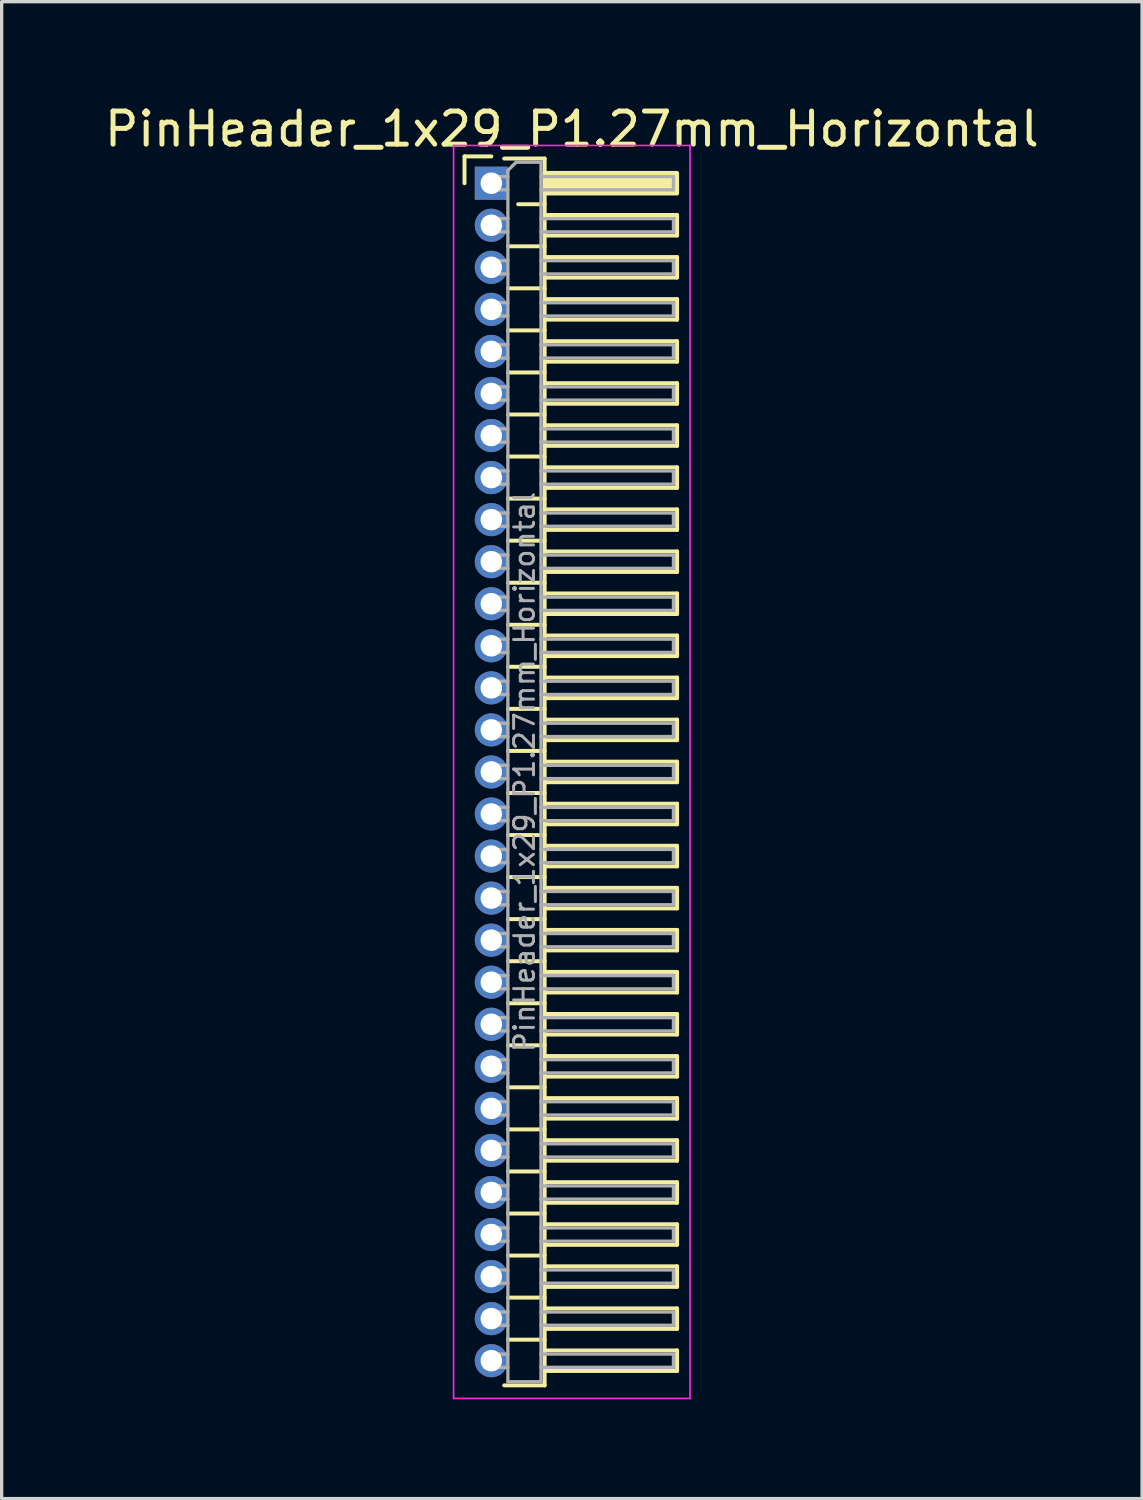
<source format=kicad_pcb>
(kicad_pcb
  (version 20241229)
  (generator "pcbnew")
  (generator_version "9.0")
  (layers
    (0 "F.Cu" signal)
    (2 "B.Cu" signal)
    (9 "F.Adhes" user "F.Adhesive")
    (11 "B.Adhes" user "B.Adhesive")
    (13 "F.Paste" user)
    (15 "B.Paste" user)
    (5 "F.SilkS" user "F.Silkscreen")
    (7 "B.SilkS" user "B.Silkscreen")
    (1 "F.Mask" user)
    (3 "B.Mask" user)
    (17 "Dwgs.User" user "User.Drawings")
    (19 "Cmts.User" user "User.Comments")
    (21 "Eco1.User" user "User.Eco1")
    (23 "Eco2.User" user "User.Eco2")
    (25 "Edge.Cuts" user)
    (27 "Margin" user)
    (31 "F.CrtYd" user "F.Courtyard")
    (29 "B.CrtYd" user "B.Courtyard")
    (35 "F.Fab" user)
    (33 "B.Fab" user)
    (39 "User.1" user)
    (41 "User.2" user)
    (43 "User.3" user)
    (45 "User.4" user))
  (footprint "PinHeader_1x29_P1.27mm_Horizontal"
    (layer "F.Cu")
    (at 11.788 2.483)
    (property "Reference" "PinHeader_1x29_P1.27mm_Horizontal" (at 2.433 -1.635 0) (layer "F.SilkS") (effects (font (size 1 1) (thickness 0.15))))
    (attr through_hole)
    (fp_line (start -0.81 -0.81) (end 0 -0.81) (stroke (width 0.12) (type solid)) (layer "F.SilkS"))
    (fp_line (start -0.81 0) (end -0.81 -0.81) (stroke (width 0.12) (type solid)) (layer "F.SilkS"))
    (fp_line (start 0.39 -0.745) (end 1.61 -0.745) (stroke (width 0.12) (type solid)) (layer "F.SilkS"))
    (fp_line (start 0.503 1.905) (end 1.61 1.905) (stroke (width 0.12) (type solid)) (layer "F.SilkS"))
    (fp_line (start 0.503 3.175) (end 1.61 3.175) (stroke (width 0.12) (type solid)) (layer "F.SilkS"))
    (fp_line (start 0.503 4.445) (end 1.61 4.445) (stroke (width 0.12) (type solid)) (layer "F.SilkS"))
    (fp_line (start 0.503 5.715) (end 1.61 5.715) (stroke (width 0.12) (type solid)) (layer "F.SilkS"))
    (fp_line (start 0.503 6.985) (end 1.61 6.985) (stroke (width 0.12) (type solid)) (layer "F.SilkS"))
    (fp_line (start 0.503 8.255) (end 1.61 8.255) (stroke (width 0.12) (type solid)) (layer "F.SilkS"))
    (fp_line (start 0.503 9.525) (end 1.61 9.525) (stroke (width 0.12) (type solid)) (layer "F.SilkS"))
    (fp_line (start 0.503 10.795) (end 1.61 10.795) (stroke (width 0.12) (type solid)) (layer "F.SilkS"))
    (fp_line (start 0.503 12.065) (end 1.61 12.065) (stroke (width 0.12) (type solid)) (layer "F.SilkS"))
    (fp_line (start 0.503 13.335) (end 1.61 13.335) (stroke (width 0.12) (type solid)) (layer "F.SilkS"))
    (fp_line (start 0.503 14.605) (end 1.61 14.605) (stroke (width 0.12) (type solid)) (layer "F.SilkS"))
    (fp_line (start 0.503 15.875) (end 1.61 15.875) (stroke (width 0.12) (type solid)) (layer "F.SilkS"))
    (fp_line (start 0.503 17.145) (end 1.61 17.145) (stroke (width 0.12) (type solid)) (layer "F.SilkS"))
    (fp_line (start 0.503 18.415) (end 1.61 18.415) (stroke (width 0.12) (type solid)) (layer "F.SilkS"))
    (fp_line (start 0.503 19.685) (end 1.61 19.685) (stroke (width 0.12) (type solid)) (layer "F.SilkS"))
    (fp_line (start 0.503 20.955) (end 1.61 20.955) (stroke (width 0.12) (type solid)) (layer "F.SilkS"))
    (fp_line (start 0.503 22.225) (end 1.61 22.225) (stroke (width 0.12) (type solid)) (layer "F.SilkS"))
    (fp_line (start 0.503 23.495) (end 1.61 23.495) (stroke (width 0.12) (type solid)) (layer "F.SilkS"))
    (fp_line (start 0.503 24.765) (end 1.61 24.765) (stroke (width 0.12) (type solid)) (layer "F.SilkS"))
    (fp_line (start 0.503 26.035) (end 1.61 26.035) (stroke (width 0.12) (type solid)) (layer "F.SilkS"))
    (fp_line (start 0.503 27.305) (end 1.61 27.305) (stroke (width 0.12) (type solid)) (layer "F.SilkS"))
    (fp_line (start 0.503 28.575) (end 1.61 28.575) (stroke (width 0.12) (type solid)) (layer "F.SilkS"))
    (fp_line (start 0.503 29.845) (end 1.61 29.845) (stroke (width 0.12) (type solid)) (layer "F.SilkS"))
    (fp_line (start 0.503 31.115) (end 1.61 31.115) (stroke (width 0.12) (type solid)) (layer "F.SilkS"))
    (fp_line (start 0.503 32.385) (end 1.61 32.385) (stroke (width 0.12) (type solid)) (layer "F.SilkS"))
    (fp_line (start 0.503 33.655) (end 1.61 33.655) (stroke (width 0.12) (type solid)) (layer "F.SilkS"))
    (fp_line (start 0.503 34.925) (end 1.61 34.925) (stroke (width 0.12) (type solid)) (layer "F.SilkS"))
    (fp_line (start 0.81 0.635) (end 1.61 0.635) (stroke (width 0.12) (type solid)) (layer "F.SilkS"))
    (fp_line (start 1.61 -0.745) (end 1.61 36.305) (stroke (width 0.12) (type solid)) (layer "F.SilkS"))
    (fp_line (start 1.61 0.96) (end 5.61 0.96) (stroke (width 0.12) (type solid)) (layer "F.SilkS"))
    (fp_line (start 1.61 2.23) (end 5.61 2.23) (stroke (width 0.12) (type solid)) (layer "F.SilkS"))
    (fp_line (start 1.61 3.5) (end 5.61 3.5) (stroke (width 0.12) (type solid)) (layer "F.SilkS"))
    (fp_line (start 1.61 4.77) (end 5.61 4.77) (stroke (width 0.12) (type solid)) (layer "F.SilkS"))
    (fp_line (start 1.61 6.04) (end 5.61 6.04) (stroke (width 0.12) (type solid)) (layer "F.SilkS"))
    (fp_line (start 1.61 7.31) (end 5.61 7.31) (stroke (width 0.12) (type solid)) (layer "F.SilkS"))
    (fp_line (start 1.61 8.58) (end 5.61 8.58) (stroke (width 0.12) (type solid)) (layer "F.SilkS"))
    (fp_line (start 1.61 9.85) (end 5.61 9.85) (stroke (width 0.12) (type solid)) (layer "F.SilkS"))
    (fp_line (start 1.61 11.12) (end 5.61 11.12) (stroke (width 0.12) (type solid)) (layer "F.SilkS"))
    (fp_line (start 1.61 12.39) (end 5.61 12.39) (stroke (width 0.12) (type solid)) (layer "F.SilkS"))
    (fp_line (start 1.61 13.66) (end 5.61 13.66) (stroke (width 0.12) (type solid)) (layer "F.SilkS"))
    (fp_line (start 1.61 14.93) (end 5.61 14.93) (stroke (width 0.12) (type solid)) (layer "F.SilkS"))
    (fp_line (start 1.61 16.2) (end 5.61 16.2) (stroke (width 0.12) (type solid)) (layer "F.SilkS"))
    (fp_line (start 1.61 17.47) (end 5.61 17.47) (stroke (width 0.12) (type solid)) (layer "F.SilkS"))
    (fp_line (start 1.61 18.74) (end 5.61 18.74) (stroke (width 0.12) (type solid)) (layer "F.SilkS"))
    (fp_line (start 1.61 20.01) (end 5.61 20.01) (stroke (width 0.12) (type solid)) (layer "F.SilkS"))
    (fp_line (start 1.61 21.28) (end 5.61 21.28) (stroke (width 0.12) (type solid)) (layer "F.SilkS"))
    (fp_line (start 1.61 22.55) (end 5.61 22.55) (stroke (width 0.12) (type solid)) (layer "F.SilkS"))
    (fp_line (start 1.61 23.82) (end 5.61 23.82) (stroke (width 0.12) (type solid)) (layer "F.SilkS"))
    (fp_line (start 1.61 25.09) (end 5.61 25.09) (stroke (width 0.12) (type solid)) (layer "F.SilkS"))
    (fp_line (start 1.61 26.36) (end 5.61 26.36) (stroke (width 0.12) (type solid)) (layer "F.SilkS"))
    (fp_line (start 1.61 27.63) (end 5.61 27.63) (stroke (width 0.12) (type solid)) (layer "F.SilkS"))
    (fp_line (start 1.61 28.9) (end 5.61 28.9) (stroke (width 0.12) (type solid)) (layer "F.SilkS"))
    (fp_line (start 1.61 30.17) (end 5.61 30.17) (stroke (width 0.12) (type solid)) (layer "F.SilkS"))
    (fp_line (start 1.61 31.44) (end 5.61 31.44) (stroke (width 0.12) (type solid)) (layer "F.SilkS"))
    (fp_line (start 1.61 32.71) (end 5.61 32.71) (stroke (width 0.12) (type solid)) (layer "F.SilkS"))
    (fp_line (start 1.61 33.98) (end 5.61 33.98) (stroke (width 0.12) (type solid)) (layer "F.SilkS"))
    (fp_line (start 1.61 35.25) (end 5.61 35.25) (stroke (width 0.12) (type solid)) (layer "F.SilkS"))
    (fp_line (start 1.61 36.305) (end 0.39 36.305) (stroke (width 0.12) (type solid)) (layer "F.SilkS"))
    (fp_line (start 5.61 0.96) (end 5.61 1.58) (stroke (width 0.12) (type solid)) (layer "F.SilkS"))
    (fp_line (start 5.61 1.58) (end 1.61 1.58) (stroke (width 0.12) (type solid)) (layer "F.SilkS"))
    (fp_line (start 5.61 2.23) (end 5.61 2.85) (stroke (width 0.12) (type solid)) (layer "F.SilkS"))
    (fp_line (start 5.61 2.85) (end 1.61 2.85) (stroke (width 0.12) (type solid)) (layer "F.SilkS"))
    (fp_line (start 5.61 3.5) (end 5.61 4.12) (stroke (width 0.12) (type solid)) (layer "F.SilkS"))
    (fp_line (start 5.61 4.12) (end 1.61 4.12) (stroke (width 0.12) (type solid)) (layer "F.SilkS"))
    (fp_line (start 5.61 4.77) (end 5.61 5.39) (stroke (width 0.12) (type solid)) (layer "F.SilkS"))
    (fp_line (start 5.61 5.39) (end 1.61 5.39) (stroke (width 0.12) (type solid)) (layer "F.SilkS"))
    (fp_line (start 5.61 6.04) (end 5.61 6.66) (stroke (width 0.12) (type solid)) (layer "F.SilkS"))
    (fp_line (start 5.61 6.66) (end 1.61 6.66) (stroke (width 0.12) (type solid)) (layer "F.SilkS"))
    (fp_line (start 5.61 7.31) (end 5.61 7.93) (stroke (width 0.12) (type solid)) (layer "F.SilkS"))
    (fp_line (start 5.61 7.93) (end 1.61 7.93) (stroke (width 0.12) (type solid)) (layer "F.SilkS"))
    (fp_line (start 5.61 8.58) (end 5.61 9.2) (stroke (width 0.12) (type solid)) (layer "F.SilkS"))
    (fp_line (start 5.61 9.2) (end 1.61 9.2) (stroke (width 0.12) (type solid)) (layer "F.SilkS"))
    (fp_line (start 5.61 9.85) (end 5.61 10.47) (stroke (width 0.12) (type solid)) (layer "F.SilkS"))
    (fp_line (start 5.61 10.47) (end 1.61 10.47) (stroke (width 0.12) (type solid)) (layer "F.SilkS"))
    (fp_line (start 5.61 11.12) (end 5.61 11.74) (stroke (width 0.12) (type solid)) (layer "F.SilkS"))
    (fp_line (start 5.61 11.74) (end 1.61 11.74) (stroke (width 0.12) (type solid)) (layer "F.SilkS"))
    (fp_line (start 5.61 12.39) (end 5.61 13.01) (stroke (width 0.12) (type solid)) (layer "F.SilkS"))
    (fp_line (start 5.61 13.01) (end 1.61 13.01) (stroke (width 0.12) (type solid)) (layer "F.SilkS"))
    (fp_line (start 5.61 13.66) (end 5.61 14.28) (stroke (width 0.12) (type solid)) (layer "F.SilkS"))
    (fp_line (start 5.61 14.28) (end 1.61 14.28) (stroke (width 0.12) (type solid)) (layer "F.SilkS"))
    (fp_line (start 5.61 14.93) (end 5.61 15.55) (stroke (width 0.12) (type solid)) (layer "F.SilkS"))
    (fp_line (start 5.61 15.55) (end 1.61 15.55) (stroke (width 0.12) (type solid)) (layer "F.SilkS"))
    (fp_line (start 5.61 16.2) (end 5.61 16.82) (stroke (width 0.12) (type solid)) (layer "F.SilkS"))
    (fp_line (start 5.61 16.82) (end 1.61 16.82) (stroke (width 0.12) (type solid)) (layer "F.SilkS"))
    (fp_line (start 5.61 17.47) (end 5.61 18.09) (stroke (width 0.12) (type solid)) (layer "F.SilkS"))
    (fp_line (start 5.61 18.09) (end 1.61 18.09) (stroke (width 0.12) (type solid)) (layer "F.SilkS"))
    (fp_line (start 5.61 18.74) (end 5.61 19.36) (stroke (width 0.12) (type solid)) (layer "F.SilkS"))
    (fp_line (start 5.61 19.36) (end 1.61 19.36) (stroke (width 0.12) (type solid)) (layer "F.SilkS"))
    (fp_line (start 5.61 20.01) (end 5.61 20.63) (stroke (width 0.12) (type solid)) (layer "F.SilkS"))
    (fp_line (start 5.61 20.63) (end 1.61 20.63) (stroke (width 0.12) (type solid)) (layer "F.SilkS"))
    (fp_line (start 5.61 21.28) (end 5.61 21.9) (stroke (width 0.12) (type solid)) (layer "F.SilkS"))
    (fp_line (start 5.61 21.9) (end 1.61 21.9) (stroke (width 0.12) (type solid)) (layer "F.SilkS"))
    (fp_line (start 5.61 22.55) (end 5.61 23.17) (stroke (width 0.12) (type solid)) (layer "F.SilkS"))
    (fp_line (start 5.61 23.17) (end 1.61 23.17) (stroke (width 0.12) (type solid)) (layer "F.SilkS"))
    (fp_line (start 5.61 23.82) (end 5.61 24.44) (stroke (width 0.12) (type solid)) (layer "F.SilkS"))
    (fp_line (start 5.61 24.44) (end 1.61 24.44) (stroke (width 0.12) (type solid)) (layer "F.SilkS"))
    (fp_line (start 5.61 25.09) (end 5.61 25.71) (stroke (width 0.12) (type solid)) (layer "F.SilkS"))
    (fp_line (start 5.61 25.71) (end 1.61 25.71) (stroke (width 0.12) (type solid)) (layer "F.SilkS"))
    (fp_line (start 5.61 26.36) (end 5.61 26.98) (stroke (width 0.12) (type solid)) (layer "F.SilkS"))
    (fp_line (start 5.61 26.98) (end 1.61 26.98) (stroke (width 0.12) (type solid)) (layer "F.SilkS"))
    (fp_line (start 5.61 27.63) (end 5.61 28.25) (stroke (width 0.12) (type solid)) (layer "F.SilkS"))
    (fp_line (start 5.61 28.25) (end 1.61 28.25) (stroke (width 0.12) (type solid)) (layer "F.SilkS"))
    (fp_line (start 5.61 28.9) (end 5.61 29.52) (stroke (width 0.12) (type solid)) (layer "F.SilkS"))
    (fp_line (start 5.61 29.52) (end 1.61 29.52) (stroke (width 0.12) (type solid)) (layer "F.SilkS"))
    (fp_line (start 5.61 30.17) (end 5.61 30.79) (stroke (width 0.12) (type solid)) (layer "F.SilkS"))
    (fp_line (start 5.61 30.79) (end 1.61 30.79) (stroke (width 0.12) (type solid)) (layer "F.SilkS"))
    (fp_line (start 5.61 31.44) (end 5.61 32.06) (stroke (width 0.12) (type solid)) (layer "F.SilkS"))
    (fp_line (start 5.61 32.06) (end 1.61 32.06) (stroke (width 0.12) (type solid)) (layer "F.SilkS"))
    (fp_line (start 5.61 32.71) (end 5.61 33.33) (stroke (width 0.12) (type solid)) (layer "F.SilkS"))
    (fp_line (start 5.61 33.33) (end 1.61 33.33) (stroke (width 0.12) (type solid)) (layer "F.SilkS"))
    (fp_line (start 5.61 33.98) (end 5.61 34.6) (stroke (width 0.12) (type solid)) (layer "F.SilkS"))
    (fp_line (start 5.61 34.6) (end 1.61 34.6) (stroke (width 0.12) (type solid)) (layer "F.SilkS"))
    (fp_line (start 5.61 35.25) (end 5.61 35.87) (stroke (width 0.12) (type solid)) (layer "F.SilkS"))
    (fp_line (start 5.61 35.87) (end 1.61 35.87) (stroke (width 0.12) (type solid)) (layer "F.SilkS"))
    (fp_rect (start 1.61 -0.31) (end 5.61 0.31) (stroke (width 0.12) (type solid)) (fill yes) (layer "F.SilkS"))
    (fp_line (start -1.14 -1.14) (end -1.14 36.7) (stroke (width 0.05) (type solid)) (layer "F.CrtYd"))
    (fp_line (start -1.14 36.7) (end 6 36.7) (stroke (width 0.05) (type solid)) (layer "F.CrtYd"))
    (fp_line (start 6 -1.14) (end -1.14 -1.14) (stroke (width 0.05) (type solid)) (layer "F.CrtYd"))
    (fp_line (start 6 36.7) (end 6 -1.14) (stroke (width 0.05) (type solid)) (layer "F.CrtYd"))
    (fp_line (start -0.2 -0.2) (end -0.2 0.2) (stroke (width 0.1) (type solid)) (layer "F.Fab"))
    (fp_line (start -0.2 -0.2) (end 0.5 -0.2) (stroke (width 0.1) (type solid)) (layer "F.Fab"))
    (fp_line (start -0.2 0.2) (end 0.5 0.2) (stroke (width 0.1) (type solid)) (layer "F.Fab"))
    (fp_line (start -0.2 1.07) (end -0.2 1.47) (stroke (width 0.1) (type solid)) (layer "F.Fab"))
    (fp_line (start -0.2 1.07) (end 0.5 1.07) (stroke (width 0.1) (type solid)) (layer "F.Fab"))
    (fp_line (start -0.2 1.47) (end 0.5 1.47) (stroke (width 0.1) (type solid)) (layer "F.Fab"))
    (fp_line (start -0.2 2.34) (end -0.2 2.74) (stroke (width 0.1) (type solid)) (layer "F.Fab"))
    (fp_line (start -0.2 2.34) (end 0.5 2.34) (stroke (width 0.1) (type solid)) (layer "F.Fab"))
    (fp_line (start -0.2 2.74) (end 0.5 2.74) (stroke (width 0.1) (type solid)) (layer "F.Fab"))
    (fp_line (start -0.2 3.61) (end -0.2 4.01) (stroke (width 0.1) (type solid)) (layer "F.Fab"))
    (fp_line (start -0.2 3.61) (end 0.5 3.61) (stroke (width 0.1) (type solid)) (layer "F.Fab"))
    (fp_line (start -0.2 4.01) (end 0.5 4.01) (stroke (width 0.1) (type solid)) (layer "F.Fab"))
    (fp_line (start -0.2 4.88) (end -0.2 5.28) (stroke (width 0.1) (type solid)) (layer "F.Fab"))
    (fp_line (start -0.2 4.88) (end 0.5 4.88) (stroke (width 0.1) (type solid)) (layer "F.Fab"))
    (fp_line (start -0.2 5.28) (end 0.5 5.28) (stroke (width 0.1) (type solid)) (layer "F.Fab"))
    (fp_line (start -0.2 6.15) (end -0.2 6.55) (stroke (width 0.1) (type solid)) (layer "F.Fab"))
    (fp_line (start -0.2 6.15) (end 0.5 6.15) (stroke (width 0.1) (type solid)) (layer "F.Fab"))
    (fp_line (start -0.2 6.55) (end 0.5 6.55) (stroke (width 0.1) (type solid)) (layer "F.Fab"))
    (fp_line (start -0.2 7.42) (end -0.2 7.82) (stroke (width 0.1) (type solid)) (layer "F.Fab"))
    (fp_line (start -0.2 7.42) (end 0.5 7.42) (stroke (width 0.1) (type solid)) (layer "F.Fab"))
    (fp_line (start -0.2 7.82) (end 0.5 7.82) (stroke (width 0.1) (type solid)) (layer "F.Fab"))
    (fp_line (start -0.2 8.69) (end -0.2 9.09) (stroke (width 0.1) (type solid)) (layer "F.Fab"))
    (fp_line (start -0.2 8.69) (end 0.5 8.69) (stroke (width 0.1) (type solid)) (layer "F.Fab"))
    (fp_line (start -0.2 9.09) (end 0.5 9.09) (stroke (width 0.1) (type solid)) (layer "F.Fab"))
    (fp_line (start -0.2 9.96) (end -0.2 10.36) (stroke (width 0.1) (type solid)) (layer "F.Fab"))
    (fp_line (start -0.2 9.96) (end 0.5 9.96) (stroke (width 0.1) (type solid)) (layer "F.Fab"))
    (fp_line (start -0.2 10.36) (end 0.5 10.36) (stroke (width 0.1) (type solid)) (layer "F.Fab"))
    (fp_line (start -0.2 11.23) (end -0.2 11.63) (stroke (width 0.1) (type solid)) (layer "F.Fab"))
    (fp_line (start -0.2 11.23) (end 0.5 11.23) (stroke (width 0.1) (type solid)) (layer "F.Fab"))
    (fp_line (start -0.2 11.63) (end 0.5 11.63) (stroke (width 0.1) (type solid)) (layer "F.Fab"))
    (fp_line (start -0.2 12.5) (end -0.2 12.9) (stroke (width 0.1) (type solid)) (layer "F.Fab"))
    (fp_line (start -0.2 12.5) (end 0.5 12.5) (stroke (width 0.1) (type solid)) (layer "F.Fab"))
    (fp_line (start -0.2 12.9) (end 0.5 12.9) (stroke (width 0.1) (type solid)) (layer "F.Fab"))
    (fp_line (start -0.2 13.77) (end -0.2 14.17) (stroke (width 0.1) (type solid)) (layer "F.Fab"))
    (fp_line (start -0.2 13.77) (end 0.5 13.77) (stroke (width 0.1) (type solid)) (layer "F.Fab"))
    (fp_line (start -0.2 14.17) (end 0.5 14.17) (stroke (width 0.1) (type solid)) (layer "F.Fab"))
    (fp_line (start -0.2 15.04) (end -0.2 15.44) (stroke (width 0.1) (type solid)) (layer "F.Fab"))
    (fp_line (start -0.2 15.04) (end 0.5 15.04) (stroke (width 0.1) (type solid)) (layer "F.Fab"))
    (fp_line (start -0.2 15.44) (end 0.5 15.44) (stroke (width 0.1) (type solid)) (layer "F.Fab"))
    (fp_line (start -0.2 16.31) (end -0.2 16.71) (stroke (width 0.1) (type solid)) (layer "F.Fab"))
    (fp_line (start -0.2 16.31) (end 0.5 16.31) (stroke (width 0.1) (type solid)) (layer "F.Fab"))
    (fp_line (start -0.2 16.71) (end 0.5 16.71) (stroke (width 0.1) (type solid)) (layer "F.Fab"))
    (fp_line (start -0.2 17.58) (end -0.2 17.98) (stroke (width 0.1) (type solid)) (layer "F.Fab"))
    (fp_line (start -0.2 17.58) (end 0.5 17.58) (stroke (width 0.1) (type solid)) (layer "F.Fab"))
    (fp_line (start -0.2 17.98) (end 0.5 17.98) (stroke (width 0.1) (type solid)) (layer "F.Fab"))
    (fp_line (start -0.2 18.85) (end -0.2 19.25) (stroke (width 0.1) (type solid)) (layer "F.Fab"))
    (fp_line (start -0.2 18.85) (end 0.5 18.85) (stroke (width 0.1) (type solid)) (layer "F.Fab"))
    (fp_line (start -0.2 19.25) (end 0.5 19.25) (stroke (width 0.1) (type solid)) (layer "F.Fab"))
    (fp_line (start -0.2 20.12) (end -0.2 20.52) (stroke (width 0.1) (type solid)) (layer "F.Fab"))
    (fp_line (start -0.2 20.12) (end 0.5 20.12) (stroke (width 0.1) (type solid)) (layer "F.Fab"))
    (fp_line (start -0.2 20.52) (end 0.5 20.52) (stroke (width 0.1) (type solid)) (layer "F.Fab"))
    (fp_line (start -0.2 21.39) (end -0.2 21.79) (stroke (width 0.1) (type solid)) (layer "F.Fab"))
    (fp_line (start -0.2 21.39) (end 0.5 21.39) (stroke (width 0.1) (type solid)) (layer "F.Fab"))
    (fp_line (start -0.2 21.79) (end 0.5 21.79) (stroke (width 0.1) (type solid)) (layer "F.Fab"))
    (fp_line (start -0.2 22.66) (end -0.2 23.06) (stroke (width 0.1) (type solid)) (layer "F.Fab"))
    (fp_line (start -0.2 22.66) (end 0.5 22.66) (stroke (width 0.1) (type solid)) (layer "F.Fab"))
    (fp_line (start -0.2 23.06) (end 0.5 23.06) (stroke (width 0.1) (type solid)) (layer "F.Fab"))
    (fp_line (start -0.2 23.93) (end -0.2 24.33) (stroke (width 0.1) (type solid)) (layer "F.Fab"))
    (fp_line (start -0.2 23.93) (end 0.5 23.93) (stroke (width 0.1) (type solid)) (layer "F.Fab"))
    (fp_line (start -0.2 24.33) (end 0.5 24.33) (stroke (width 0.1) (type solid)) (layer "F.Fab"))
    (fp_line (start -0.2 25.2) (end -0.2 25.6) (stroke (width 0.1) (type solid)) (layer "F.Fab"))
    (fp_line (start -0.2 25.2) (end 0.5 25.2) (stroke (width 0.1) (type solid)) (layer "F.Fab"))
    (fp_line (start -0.2 25.6) (end 0.5 25.6) (stroke (width 0.1) (type solid)) (layer "F.Fab"))
    (fp_line (start -0.2 26.47) (end -0.2 26.87) (stroke (width 0.1) (type solid)) (layer "F.Fab"))
    (fp_line (start -0.2 26.47) (end 0.5 26.47) (stroke (width 0.1) (type solid)) (layer "F.Fab"))
    (fp_line (start -0.2 26.87) (end 0.5 26.87) (stroke (width 0.1) (type solid)) (layer "F.Fab"))
    (fp_line (start -0.2 27.74) (end -0.2 28.14) (stroke (width 0.1) (type solid)) (layer "F.Fab"))
    (fp_line (start -0.2 27.74) (end 0.5 27.74) (stroke (width 0.1) (type solid)) (layer "F.Fab"))
    (fp_line (start -0.2 28.14) (end 0.5 28.14) (stroke (width 0.1) (type solid)) (layer "F.Fab"))
    (fp_line (start -0.2 29.01) (end -0.2 29.41) (stroke (width 0.1) (type solid)) (layer "F.Fab"))
    (fp_line (start -0.2 29.01) (end 0.5 29.01) (stroke (width 0.1) (type solid)) (layer "F.Fab"))
    (fp_line (start -0.2 29.41) (end 0.5 29.41) (stroke (width 0.1) (type solid)) (layer "F.Fab"))
    (fp_line (start -0.2 30.28) (end -0.2 30.68) (stroke (width 0.1) (type solid)) (layer "F.Fab"))
    (fp_line (start -0.2 30.28) (end 0.5 30.28) (stroke (width 0.1) (type solid)) (layer "F.Fab"))
    (fp_line (start -0.2 30.68) (end 0.5 30.68) (stroke (width 0.1) (type solid)) (layer "F.Fab"))
    (fp_line (start -0.2 31.55) (end -0.2 31.95) (stroke (width 0.1) (type solid)) (layer "F.Fab"))
    (fp_line (start -0.2 31.55) (end 0.5 31.55) (stroke (width 0.1) (type solid)) (layer "F.Fab"))
    (fp_line (start -0.2 31.95) (end 0.5 31.95) (stroke (width 0.1) (type solid)) (layer "F.Fab"))
    (fp_line (start -0.2 32.82) (end -0.2 33.22) (stroke (width 0.1) (type solid)) (layer "F.Fab"))
    (fp_line (start -0.2 32.82) (end 0.5 32.82) (stroke (width 0.1) (type solid)) (layer "F.Fab"))
    (fp_line (start -0.2 33.22) (end 0.5 33.22) (stroke (width 0.1) (type solid)) (layer "F.Fab"))
    (fp_line (start -0.2 34.09) (end -0.2 34.49) (stroke (width 0.1) (type solid)) (layer "F.Fab"))
    (fp_line (start -0.2 34.09) (end 0.5 34.09) (stroke (width 0.1) (type solid)) (layer "F.Fab"))
    (fp_line (start -0.2 34.49) (end 0.5 34.49) (stroke (width 0.1) (type solid)) (layer "F.Fab"))
    (fp_line (start -0.2 35.36) (end -0.2 35.76) (stroke (width 0.1) (type solid)) (layer "F.Fab"))
    (fp_line (start -0.2 35.36) (end 0.5 35.36) (stroke (width 0.1) (type solid)) (layer "F.Fab"))
    (fp_line (start -0.2 35.76) (end 0.5 35.76) (stroke (width 0.1) (type solid)) (layer "F.Fab"))
    (fp_line (start 0.5 -0.385) (end 0.75 -0.635) (stroke (width 0.1) (type solid)) (layer "F.Fab"))
    (fp_line (start 0.5 36.195) (end 0.5 -0.385) (stroke (width 0.1) (type solid)) (layer "F.Fab"))
    (fp_line (start 0.75 -0.635) (end 1.5 -0.635) (stroke (width 0.1) (type solid)) (layer "F.Fab"))
    (fp_line (start 1.5 -0.635) (end 1.5 36.195) (stroke (width 0.1) (type solid)) (layer "F.Fab"))
    (fp_line (start 1.5 -0.2) (end 5.5 -0.2) (stroke (width 0.1) (type solid)) (layer "F.Fab"))
    (fp_line (start 1.5 0.2) (end 5.5 0.2) (stroke (width 0.1) (type solid)) (layer "F.Fab"))
    (fp_line (start 1.5 1.07) (end 5.5 1.07) (stroke (width 0.1) (type solid)) (layer "F.Fab"))
    (fp_line (start 1.5 1.47) (end 5.5 1.47) (stroke (width 0.1) (type solid)) (layer "F.Fab"))
    (fp_line (start 1.5 2.34) (end 5.5 2.34) (stroke (width 0.1) (type solid)) (layer "F.Fab"))
    (fp_line (start 1.5 2.74) (end 5.5 2.74) (stroke (width 0.1) (type solid)) (layer "F.Fab"))
    (fp_line (start 1.5 3.61) (end 5.5 3.61) (stroke (width 0.1) (type solid)) (layer "F.Fab"))
    (fp_line (start 1.5 4.01) (end 5.5 4.01) (stroke (width 0.1) (type solid)) (layer "F.Fab"))
    (fp_line (start 1.5 4.88) (end 5.5 4.88) (stroke (width 0.1) (type solid)) (layer "F.Fab"))
    (fp_line (start 1.5 5.28) (end 5.5 5.28) (stroke (width 0.1) (type solid)) (layer "F.Fab"))
    (fp_line (start 1.5 6.15) (end 5.5 6.15) (stroke (width 0.1) (type solid)) (layer "F.Fab"))
    (fp_line (start 1.5 6.55) (end 5.5 6.55) (stroke (width 0.1) (type solid)) (layer "F.Fab"))
    (fp_line (start 1.5 7.42) (end 5.5 7.42) (stroke (width 0.1) (type solid)) (layer "F.Fab"))
    (fp_line (start 1.5 7.82) (end 5.5 7.82) (stroke (width 0.1) (type solid)) (layer "F.Fab"))
    (fp_line (start 1.5 8.69) (end 5.5 8.69) (stroke (width 0.1) (type solid)) (layer "F.Fab"))
    (fp_line (start 1.5 9.09) (end 5.5 9.09) (stroke (width 0.1) (type solid)) (layer "F.Fab"))
    (fp_line (start 1.5 9.96) (end 5.5 9.96) (stroke (width 0.1) (type solid)) (layer "F.Fab"))
    (fp_line (start 1.5 10.36) (end 5.5 10.36) (stroke (width 0.1) (type solid)) (layer "F.Fab"))
    (fp_line (start 1.5 11.23) (end 5.5 11.23) (stroke (width 0.1) (type solid)) (layer "F.Fab"))
    (fp_line (start 1.5 11.63) (end 5.5 11.63) (stroke (width 0.1) (type solid)) (layer "F.Fab"))
    (fp_line (start 1.5 12.5) (end 5.5 12.5) (stroke (width 0.1) (type solid)) (layer "F.Fab"))
    (fp_line (start 1.5 12.9) (end 5.5 12.9) (stroke (width 0.1) (type solid)) (layer "F.Fab"))
    (fp_line (start 1.5 13.77) (end 5.5 13.77) (stroke (width 0.1) (type solid)) (layer "F.Fab"))
    (fp_line (start 1.5 14.17) (end 5.5 14.17) (stroke (width 0.1) (type solid)) (layer "F.Fab"))
    (fp_line (start 1.5 15.04) (end 5.5 15.04) (stroke (width 0.1) (type solid)) (layer "F.Fab"))
    (fp_line (start 1.5 15.44) (end 5.5 15.44) (stroke (width 0.1) (type solid)) (layer "F.Fab"))
    (fp_line (start 1.5 16.31) (end 5.5 16.31) (stroke (width 0.1) (type solid)) (layer "F.Fab"))
    (fp_line (start 1.5 16.71) (end 5.5 16.71) (stroke (width 0.1) (type solid)) (layer "F.Fab"))
    (fp_line (start 1.5 17.58) (end 5.5 17.58) (stroke (width 0.1) (type solid)) (layer "F.Fab"))
    (fp_line (start 1.5 17.98) (end 5.5 17.98) (stroke (width 0.1) (type solid)) (layer "F.Fab"))
    (fp_line (start 1.5 18.85) (end 5.5 18.85) (stroke (width 0.1) (type solid)) (layer "F.Fab"))
    (fp_line (start 1.5 19.25) (end 5.5 19.25) (stroke (width 0.1) (type solid)) (layer "F.Fab"))
    (fp_line (start 1.5 20.12) (end 5.5 20.12) (stroke (width 0.1) (type solid)) (layer "F.Fab"))
    (fp_line (start 1.5 20.52) (end 5.5 20.52) (stroke (width 0.1) (type solid)) (layer "F.Fab"))
    (fp_line (start 1.5 21.39) (end 5.5 21.39) (stroke (width 0.1) (type solid)) (layer "F.Fab"))
    (fp_line (start 1.5 21.79) (end 5.5 21.79) (stroke (width 0.1) (type solid)) (layer "F.Fab"))
    (fp_line (start 1.5 22.66) (end 5.5 22.66) (stroke (width 0.1) (type solid)) (layer "F.Fab"))
    (fp_line (start 1.5 23.06) (end 5.5 23.06) (stroke (width 0.1) (type solid)) (layer "F.Fab"))
    (fp_line (start 1.5 23.93) (end 5.5 23.93) (stroke (width 0.1) (type solid)) (layer "F.Fab"))
    (fp_line (start 1.5 24.33) (end 5.5 24.33) (stroke (width 0.1) (type solid)) (layer "F.Fab"))
    (fp_line (start 1.5 25.2) (end 5.5 25.2) (stroke (width 0.1) (type solid)) (layer "F.Fab"))
    (fp_line (start 1.5 25.6) (end 5.5 25.6) (stroke (width 0.1) (type solid)) (layer "F.Fab"))
    (fp_line (start 1.5 26.47) (end 5.5 26.47) (stroke (width 0.1) (type solid)) (layer "F.Fab"))
    (fp_line (start 1.5 26.87) (end 5.5 26.87) (stroke (width 0.1) (type solid)) (layer "F.Fab"))
    (fp_line (start 1.5 27.74) (end 5.5 27.74) (stroke (width 0.1) (type solid)) (layer "F.Fab"))
    (fp_line (start 1.5 28.14) (end 5.5 28.14) (stroke (width 0.1) (type solid)) (layer "F.Fab"))
    (fp_line (start 1.5 29.01) (end 5.5 29.01) (stroke (width 0.1) (type solid)) (layer "F.Fab"))
    (fp_line (start 1.5 29.41) (end 5.5 29.41) (stroke (width 0.1) (type solid)) (layer "F.Fab"))
    (fp_line (start 1.5 30.28) (end 5.5 30.28) (stroke (width 0.1) (type solid)) (layer "F.Fab"))
    (fp_line (start 1.5 30.68) (end 5.5 30.68) (stroke (width 0.1) (type solid)) (layer "F.Fab"))
    (fp_line (start 1.5 31.55) (end 5.5 31.55) (stroke (width 0.1) (type solid)) (layer "F.Fab"))
    (fp_line (start 1.5 31.95) (end 5.5 31.95) (stroke (width 0.1) (type solid)) (layer "F.Fab"))
    (fp_line (start 1.5 32.82) (end 5.5 32.82) (stroke (width 0.1) (type solid)) (layer "F.Fab"))
    (fp_line (start 1.5 33.22) (end 5.5 33.22) (stroke (width 0.1) (type solid)) (layer "F.Fab"))
    (fp_line (start 1.5 34.09) (end 5.5 34.09) (stroke (width 0.1) (type solid)) (layer "F.Fab"))
    (fp_line (start 1.5 34.49) (end 5.5 34.49) (stroke (width 0.1) (type solid)) (layer "F.Fab"))
    (fp_line (start 1.5 35.36) (end 5.5 35.36) (stroke (width 0.1) (type solid)) (layer "F.Fab"))
    (fp_line (start 1.5 35.76) (end 5.5 35.76) (stroke (width 0.1) (type solid)) (layer "F.Fab"))
    (fp_line (start 1.5 36.195) (end 0.5 36.195) (stroke (width 0.1) (type solid)) (layer "F.Fab"))
    (fp_line (start 5.5 -0.2) (end 5.5 0.2) (stroke (width 0.1) (type solid)) (layer "F.Fab"))
    (fp_line (start 5.5 1.07) (end 5.5 1.47) (stroke (width 0.1) (type solid)) (layer "F.Fab"))
    (fp_line (start 5.5 2.34) (end 5.5 2.74) (stroke (width 0.1) (type solid)) (layer "F.Fab"))
    (fp_line (start 5.5 3.61) (end 5.5 4.01) (stroke (width 0.1) (type solid)) (layer "F.Fab"))
    (fp_line (start 5.5 4.88) (end 5.5 5.28) (stroke (width 0.1) (type solid)) (layer "F.Fab"))
    (fp_line (start 5.5 6.15) (end 5.5 6.55) (stroke (width 0.1) (type solid)) (layer "F.Fab"))
    (fp_line (start 5.5 7.42) (end 5.5 7.82) (stroke (width 0.1) (type solid)) (layer "F.Fab"))
    (fp_line (start 5.5 8.69) (end 5.5 9.09) (stroke (width 0.1) (type solid)) (layer "F.Fab"))
    (fp_line (start 5.5 9.96) (end 5.5 10.36) (stroke (width 0.1) (type solid)) (layer "F.Fab"))
    (fp_line (start 5.5 11.23) (end 5.5 11.63) (stroke (width 0.1) (type solid)) (layer "F.Fab"))
    (fp_line (start 5.5 12.5) (end 5.5 12.9) (stroke (width 0.1) (type solid)) (layer "F.Fab"))
    (fp_line (start 5.5 13.77) (end 5.5 14.17) (stroke (width 0.1) (type solid)) (layer "F.Fab"))
    (fp_line (start 5.5 15.04) (end 5.5 15.44) (stroke (width 0.1) (type solid)) (layer "F.Fab"))
    (fp_line (start 5.5 16.31) (end 5.5 16.71) (stroke (width 0.1) (type solid)) (layer "F.Fab"))
    (fp_line (start 5.5 17.58) (end 5.5 17.98) (stroke (width 0.1) (type solid)) (layer "F.Fab"))
    (fp_line (start 5.5 18.85) (end 5.5 19.25) (stroke (width 0.1) (type solid)) (layer "F.Fab"))
    (fp_line (start 5.5 20.12) (end 5.5 20.52) (stroke (width 0.1) (type solid)) (layer "F.Fab"))
    (fp_line (start 5.5 21.39) (end 5.5 21.79) (stroke (width 0.1) (type solid)) (layer "F.Fab"))
    (fp_line (start 5.5 22.66) (end 5.5 23.06) (stroke (width 0.1) (type solid)) (layer "F.Fab"))
    (fp_line (start 5.5 23.93) (end 5.5 24.33) (stroke (width 0.1) (type solid)) (layer "F.Fab"))
    (fp_line (start 5.5 25.2) (end 5.5 25.6) (stroke (width 0.1) (type solid)) (layer "F.Fab"))
    (fp_line (start 5.5 26.47) (end 5.5 26.87) (stroke (width 0.1) (type solid)) (layer "F.Fab"))
    (fp_line (start 5.5 27.74) (end 5.5 28.14) (stroke (width 0.1) (type solid)) (layer "F.Fab"))
    (fp_line (start 5.5 29.01) (end 5.5 29.41) (stroke (width 0.1) (type solid)) (layer "F.Fab"))
    (fp_line (start 5.5 30.28) (end 5.5 30.68) (stroke (width 0.1) (type solid)) (layer "F.Fab"))
    (fp_line (start 5.5 31.55) (end 5.5 31.95) (stroke (width 0.1) (type solid)) (layer "F.Fab"))
    (fp_line (start 5.5 32.82) (end 5.5 33.22) (stroke (width 0.1) (type solid)) (layer "F.Fab"))
    (fp_line (start 5.5 34.09) (end 5.5 34.49) (stroke (width 0.1) (type solid)) (layer "F.Fab"))
    (fp_line (start 5.5 35.36) (end 5.5 35.76) (stroke (width 0.1) (type solid)) (layer "F.Fab"))
    (fp_text user "${REFERENCE}" (at 1 17.78 90) (layer "F.Fab") (effects (font (size 0.6 0.6) (thickness 0.09))))
    (pad "1" thru_hole rect (at 0 0) (size 1 1) (drill 0.65) (layers "*.Cu" "*.Mask"))
    (pad "2" thru_hole circle (at 0 1.27) (size 1 1) (drill 0.65) (layers "*.Cu" "*.Mask"))
    (pad "3" thru_hole circle (at 0 2.54) (size 1 1) (drill 0.65) (layers "*.Cu" "*.Mask"))
    (pad "4" thru_hole circle (at 0 3.81) (size 1 1) (drill 0.65) (layers "*.Cu" "*.Mask"))
    (pad "5" thru_hole circle (at 0 5.08) (size 1 1) (drill 0.65) (layers "*.Cu" "*.Mask"))
    (pad "6" thru_hole circle (at 0 6.35) (size 1 1) (drill 0.65) (layers "*.Cu" "*.Mask"))
    (pad "7" thru_hole circle (at 0 7.62) (size 1 1) (drill 0.65) (layers "*.Cu" "*.Mask"))
    (pad "8" thru_hole circle (at 0 8.89) (size 1 1) (drill 0.65) (layers "*.Cu" "*.Mask"))
    (pad "9" thru_hole circle (at 0 10.16) (size 1 1) (drill 0.65) (layers "*.Cu" "*.Mask"))
    (pad "10" thru_hole circle (at 0 11.43) (size 1 1) (drill 0.65) (layers "*.Cu" "*.Mask"))
    (pad "11" thru_hole circle (at 0 12.7) (size 1 1) (drill 0.65) (layers "*.Cu" "*.Mask"))
    (pad "12" thru_hole circle (at 0 13.97) (size 1 1) (drill 0.65) (layers "*.Cu" "*.Mask"))
    (pad "13" thru_hole circle (at 0 15.24) (size 1 1) (drill 0.65) (layers "*.Cu" "*.Mask"))
    (pad "14" thru_hole circle (at 0 16.51) (size 1 1) (drill 0.65) (layers "*.Cu" "*.Mask"))
    (pad "15" thru_hole circle (at 0 17.78) (size 1 1) (drill 0.65) (layers "*.Cu" "*.Mask"))
    (pad "16" thru_hole circle (at 0 19.05) (size 1 1) (drill 0.65) (layers "*.Cu" "*.Mask"))
    (pad "17" thru_hole circle (at 0 20.32) (size 1 1) (drill 0.65) (layers "*.Cu" "*.Mask"))
    (pad "18" thru_hole circle (at 0 21.59) (size 1 1) (drill 0.65) (layers "*.Cu" "*.Mask"))
    (pad "19" thru_hole circle (at 0 22.86) (size 1 1) (drill 0.65) (layers "*.Cu" "*.Mask"))
    (pad "20" thru_hole circle (at 0 24.13) (size 1 1) (drill 0.65) (layers "*.Cu" "*.Mask"))
    (pad "21" thru_hole circle (at 0 25.4) (size 1 1) (drill 0.65) (layers "*.Cu" "*.Mask"))
    (pad "22" thru_hole circle (at 0 26.67) (size 1 1) (drill 0.65) (layers "*.Cu" "*.Mask"))
    (pad "23" thru_hole circle (at 0 27.94) (size 1 1) (drill 0.65) (layers "*.Cu" "*.Mask"))
    (pad "24" thru_hole circle (at 0 29.21) (size 1 1) (drill 0.65) (layers "*.Cu" "*.Mask"))
    (pad "25" thru_hole circle (at 0 30.48) (size 1 1) (drill 0.65) (layers "*.Cu" "*.Mask"))
    (pad "26" thru_hole circle (at 0 31.75) (size 1 1) (drill 0.65) (layers "*.Cu" "*.Mask"))
    (pad "27" thru_hole circle (at 0 33.02) (size 1 1) (drill 0.65) (layers "*.Cu" "*.Mask"))
    (pad "28" thru_hole circle (at 0 34.29) (size 1 1) (drill 0.65) (layers "*.Cu" "*.Mask"))
    (pad "29" thru_hole circle (at 0 35.56) (size 1 1) (drill 0.65) (layers "*.Cu" "*.Mask")))
  (gr_rect
    (start -3 -3)
    (end 31.44 42.208)
    (stroke (width 0.1) (type default))
    (fill no)
    (layer "Edge.Cuts")))
</source>
